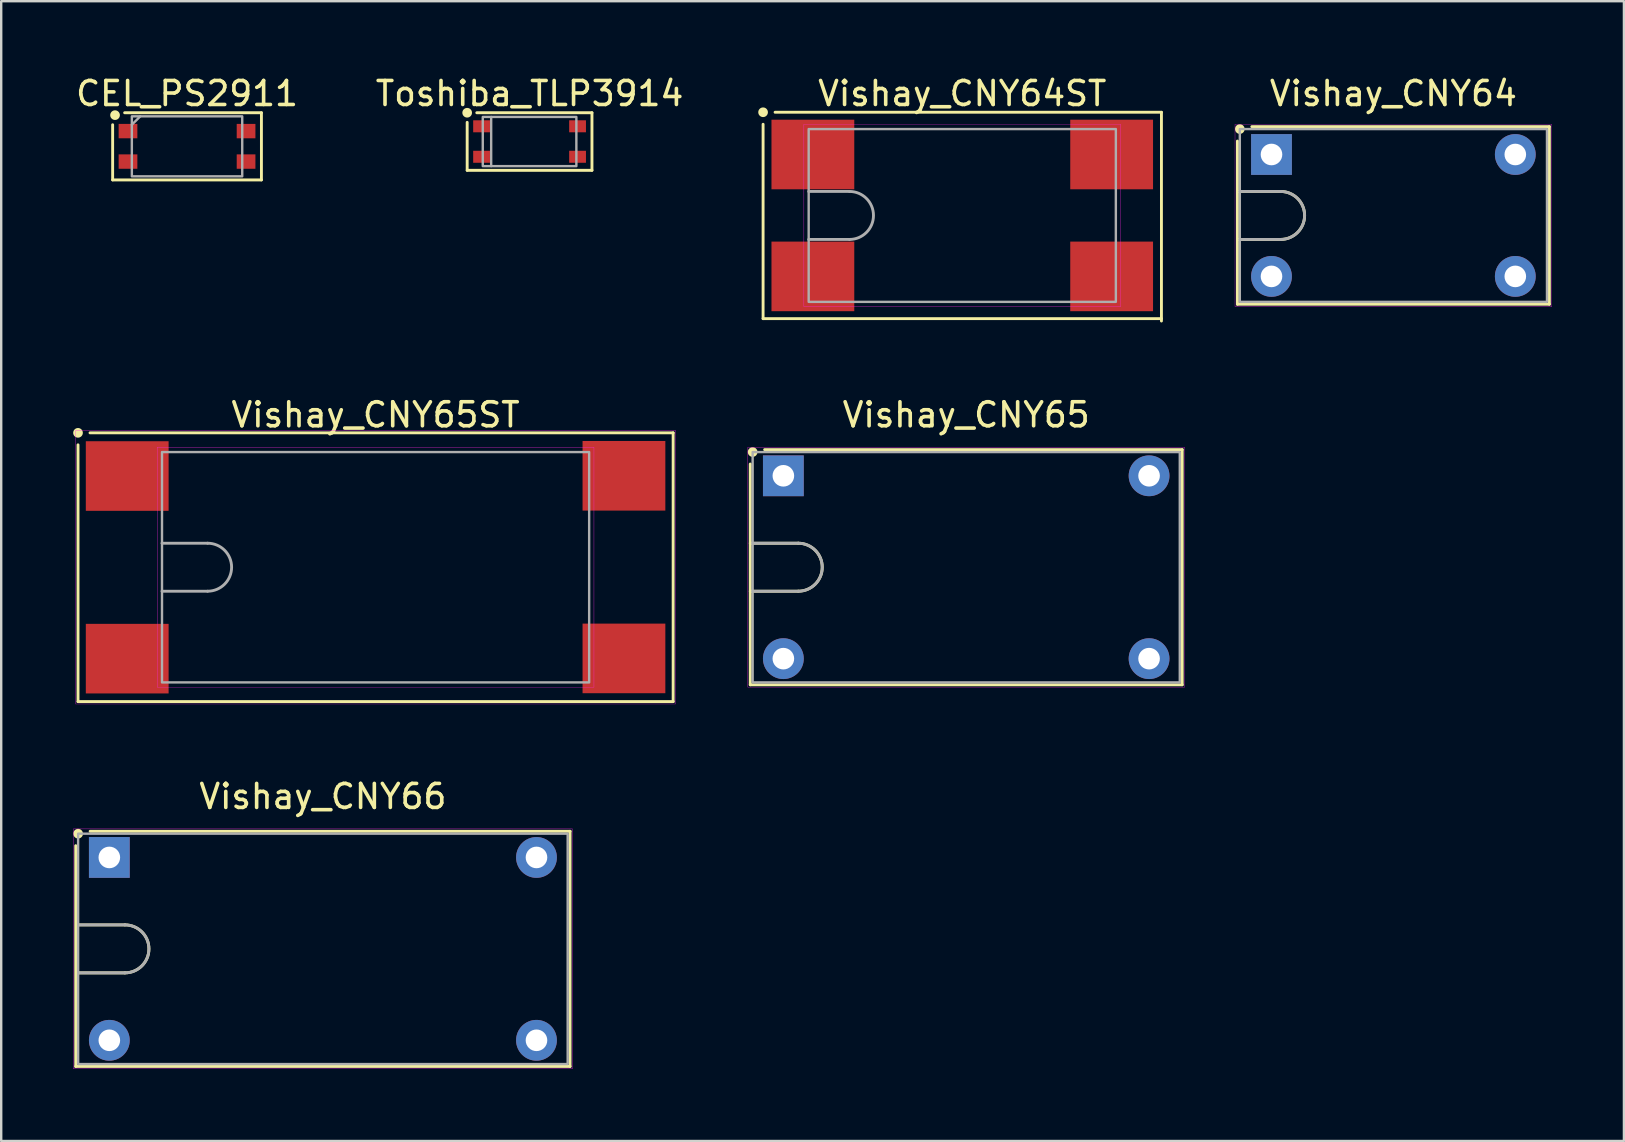
<source format=kicad_pcb>
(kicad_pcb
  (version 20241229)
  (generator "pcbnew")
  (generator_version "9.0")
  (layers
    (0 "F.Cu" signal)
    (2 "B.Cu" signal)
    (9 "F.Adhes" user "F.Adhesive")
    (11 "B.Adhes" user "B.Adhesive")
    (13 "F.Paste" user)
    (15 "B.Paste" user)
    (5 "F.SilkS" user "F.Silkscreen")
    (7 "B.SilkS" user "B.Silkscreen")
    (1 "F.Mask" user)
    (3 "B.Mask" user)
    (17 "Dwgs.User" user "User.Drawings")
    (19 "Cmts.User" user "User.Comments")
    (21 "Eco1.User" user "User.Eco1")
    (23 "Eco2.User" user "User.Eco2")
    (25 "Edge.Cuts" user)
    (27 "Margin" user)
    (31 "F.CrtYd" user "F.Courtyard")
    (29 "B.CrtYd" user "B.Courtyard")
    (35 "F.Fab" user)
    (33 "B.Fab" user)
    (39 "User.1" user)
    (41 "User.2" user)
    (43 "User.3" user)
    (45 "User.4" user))
  (footprint "CEL_PS2911"
    (layer "F.Cu")
    (at 4.744 3.048)
    (property "Reference" "CEL_PS2911" (at 0 -2.2 0) (unlocked yes) (layer "F.SilkS") (effects (font (size 1 1) (thickness 0.15))))
    (fp_line (start -3.1 1.4) (end -3.1 -0.9) (stroke (width 0.12) (type solid)) (layer "F.SilkS"))
    (fp_line (start -2.6 -1.4) (end 3.1 -1.4) (stroke (width 0.12) (type solid)) (layer "F.SilkS"))
    (fp_line (start 3.1 -1.4) (end 3.1 1.4) (stroke (width 0.12) (type solid)) (layer "F.SilkS"))
    (fp_line (start 3.1 1.4) (end -3.1 1.4) (stroke (width 0.12) (type solid)) (layer "F.SilkS"))
    (fp_circle (center -3 -1.3) (end -2.859 -1.3) (stroke (width 0.12) (type solid)) (fill yes) (layer "F.SilkS"))
    (fp_line (start -2.3 -0.9) (end -1.95 -1.25) (stroke (width 0.1) (type solid)) (layer "F.Fab"))
    (fp_rect (start -2.3 -1.25) (end 2.3 1.25) (stroke (width 0.1) (type solid)) (fill no) (layer "F.Fab"))
    (pad "1" smd rect (at -2.46 -0.635) (size 0.78 0.6) (layers "F.Cu" "F.Mask" "F.Paste"))
    (pad "2" smd rect (at -2.46 0.635) (size 0.78 0.6) (layers "F.Cu" "F.Mask" "F.Paste"))
    (pad "3" smd rect (at 2.46 0.635) (size 0.78 0.6) (layers "F.Cu" "F.Mask" "F.Paste"))
    (pad "4" smd rect (at 2.46 -0.635) (size 0.78 0.6) (layers "F.Cu" "F.Mask" "F.Paste")))
  (footprint "Vishay_CNY66"
    (layer "F.Cu")
    (at 10.406 36.491)
    (property "Reference" "Vishay_CNY66" (at 0 -6.35 0) (unlocked yes) (layer "F.SilkS") (effects (font (size 1 1) (thickness 0.15))))
    (fp_line (start -10.3 -4.3) (end -10.3 4.9) (stroke (width 0.12) (type solid)) (layer "F.SilkS"))
    (fp_line (start -10.3 4.9) (end 10.3 4.9) (stroke (width 0.12) (type solid)) (layer "F.SilkS"))
    (fp_line (start -10.25 -1) (end -8.25 -1) (stroke (width 0.12) (type solid)) (layer "F.SilkS"))
    (fp_line (start -8.25 1) (end -10.25 1) (stroke (width 0.12) (type solid)) (layer "F.SilkS"))
    (fp_line (start 10.3 -4.9) (end -9.7 -4.9) (stroke (width 0.12) (type solid)) (layer "F.SilkS"))
    (fp_line (start 10.3 4.9) (end 10.3 -4.9) (stroke (width 0.12) (type solid)) (layer "F.SilkS"))
    (fp_arc (start -8.25 -1) (mid -7.25 0) (end -8.25 1) (stroke (width 0.12) (type solid)) (layer "F.SilkS"))
    (fp_circle (center -10.2 -4.8) (end -10.059 -4.8) (stroke (width 0.12) (type solid)) (fill yes) (layer "F.SilkS"))
    (fp_rect (start -10.4 -5) (end 10.4 5) (stroke (width 0.013) (type solid)) (fill no) (layer "F.CrtYd"))
    (fp_line (start -10.15 -1) (end -8.25 -1) (stroke (width 0.12) (type solid)) (layer "F.Fab"))
    (fp_line (start -8.25 1) (end -10.15 1) (stroke (width 0.12) (type solid)) (layer "F.Fab"))
    (fp_rect (start -10.2 -4.8) (end 10.2 4.8) (stroke (width 0.1) (type solid)) (fill no) (layer "F.Fab"))
    (fp_arc (start -8.25 -1) (mid -7.25 0) (end -8.25 1) (stroke (width 0.12) (type solid)) (layer "F.Fab"))
    (pad "1" thru_hole rect (at -8.9 -3.81) (size 1.7 1.7) (drill 0.9) (layers "*.Cu" "*.Mask"))
    (pad "2" thru_hole circle (at -8.9 3.81) (size 1.7 1.7) (drill 0.9) (layers "*.Cu" "*.Mask"))
    (pad "3" thru_hole circle (at 8.9 3.81) (size 1.7 1.7) (drill 0.9) (layers "*.Cu" "*.Mask"))
    (pad "4" thru_hole circle (at 8.9 -3.81) (size 1.7 1.7) (drill 0.9) (layers "*.Cu" "*.Mask")))
  (footprint "Toshiba_TLP3914"
    (layer "F.Cu")
    (at 19.018 2.848)
    (property "Reference" "Toshiba_TLP3914" (at 0 -2 0) (unlocked yes) (layer "F.SilkS") (effects (font (size 1 1) (thickness 0.15))))
    (fp_line (start -2.6 1.2) (end -2.6 -0.8) (stroke (width 0.12) (type solid)) (layer "F.SilkS"))
    (fp_line (start -2.2 -1.2) (end 2.6 -1.2) (stroke (width 0.12) (type solid)) (layer "F.SilkS"))
    (fp_line (start 2.6 -1.2) (end 2.6 1.2) (stroke (width 0.12) (type solid)) (layer "F.SilkS"))
    (fp_line (start 2.6 1.2) (end -2.6 1.2) (stroke (width 0.12) (type solid)) (layer "F.SilkS"))
    (fp_circle (center -2.6 -1.2) (end -2.459 -1.2) (stroke (width 0.12) (type solid)) (fill yes) (layer "F.SilkS"))
    (fp_line (start -1.6 -1.025) (end -1.6 1.025) (stroke (width 0.1) (type solid)) (layer "F.Fab"))
    (fp_rect (start -1.95 -1.025) (end 1.95 1.025) (stroke (width 0.1) (type solid)) (fill no) (layer "F.Fab"))
    (pad "1" smd rect (at -2 -0.635) (size 0.7 0.5) (layers "F.Cu" "F.Mask" "F.Paste"))
    (pad "2" smd rect (at -2 0.635) (size 0.7 0.5) (layers "F.Cu" "F.Mask" "F.Paste"))
    (pad "3" smd rect (at 2 0.635) (size 0.7 0.5) (layers "F.Cu" "F.Mask" "F.Paste"))
    (pad "4" smd rect (at 2 -0.635) (size 0.7 0.5) (layers "F.Cu" "F.Mask" "F.Paste")))
  (footprint "Vishay_CNY64ST"
    (layer "F.Cu")
    (at 37.049 5.928)
    (property "Reference" "Vishay_CNY64ST" (at 0 -5.08 0) (unlocked yes) (layer "F.SilkS") (effects (font (size 1 1) (thickness 0.15))))
    (fp_line (start -8.3 -3.8) (end -8.3 4.3) (stroke (width 0.12) (type solid)) (layer "F.SilkS"))
    (fp_line (start -8.3 4.3) (end 8.3 4.3) (stroke (width 0.12) (type solid)) (layer "F.SilkS"))
    (fp_line (start 8.3 -4.3) (end -7.8 -4.3) (stroke (width 0.12) (type solid)) (layer "F.SilkS"))
    (fp_line (start 8.3 4.4) (end 8.3 -4.3) (stroke (width 0.12) (type solid)) (layer "F.SilkS"))
    (fp_circle (center -8.3 -4.3) (end -8.159 -4.3) (stroke (width 0.12) (type solid)) (fill yes) (layer "F.SilkS"))
    (fp_rect (start -6.6 -3.8) (end 6.6 3.8) (stroke (width 0.013) (type solid)) (fill no) (layer "F.CrtYd"))
    (fp_line (start -6.4 -1) (end -4.7 -1) (stroke (width 0.12) (type solid)) (layer "F.Fab"))
    (fp_line (start -4.7 1) (end -6.4 1) (stroke (width 0.12) (type solid)) (layer "F.Fab"))
    (fp_rect (start -6.4 -3.6) (end 6.4 3.6) (stroke (width 0.1) (type solid)) (fill no) (layer "F.Fab"))
    (fp_arc (start -4.7 -1) (mid -3.7 0) (end -4.7 1) (stroke (width 0.12) (type solid)) (layer "F.Fab"))
    (pad "1" smd rect (at -6.225 -2.54) (size 3.45 2.9) (layers "F.Cu" "F.Mask" "F.Paste"))
    (pad "2" smd rect (at -6.225 2.54) (size 3.45 2.9) (layers "F.Cu" "F.Mask" "F.Paste"))
    (pad "3" smd rect (at 6.225 2.54) (size 3.45 2.9) (layers "F.Cu" "F.Mask" "F.Paste"))
    (pad "4" smd rect (at 6.225 -2.54) (size 3.45 2.9) (layers "F.Cu" "F.Mask" "F.Paste")))
  (footprint "Vishay_CNY65"
    (layer "F.Cu")
    (at 37.214 20.587)
    (property "Reference" "Vishay_CNY65" (at 0 -6.35 0) (unlocked yes) (layer "F.SilkS") (effects (font (size 1 1) (thickness 0.15))))
    (fp_line (start -9 -4.3) (end -9 4.9) (stroke (width 0.12) (type solid)) (layer "F.SilkS"))
    (fp_line (start -9 -1) (end -7 -1) (stroke (width 0.12) (type solid)) (layer "F.SilkS"))
    (fp_line (start -9 4.9) (end 9 4.9) (stroke (width 0.12) (type solid)) (layer "F.SilkS"))
    (fp_line (start -7 1) (end -9 1) (stroke (width 0.12) (type solid)) (layer "F.SilkS"))
    (fp_line (start 9 -4.9) (end -8.4 -4.9) (stroke (width 0.12) (type solid)) (layer "F.SilkS"))
    (fp_line (start 9 4.9) (end 9 -4.9) (stroke (width 0.12) (type solid)) (layer "F.SilkS"))
    (fp_arc (start -7 -1) (mid -6 0) (end -7 1) (stroke (width 0.12) (type solid)) (layer "F.SilkS"))
    (fp_circle (center -8.9 -4.8) (end -8.759 -4.8) (stroke (width 0.12) (type solid)) (fill yes) (layer "F.SilkS"))
    (fp_rect (start -9.1 -5) (end 9.1 5) (stroke (width 0.013) (type solid)) (fill no) (layer "F.CrtYd"))
    (fp_line (start -8.9 -1) (end -7 -1) (stroke (width 0.12) (type solid)) (layer "F.Fab"))
    (fp_line (start -7 1) (end -8.9 1) (stroke (width 0.12) (type solid)) (layer "F.Fab"))
    (fp_rect (start -8.9 -4.8) (end 8.9 4.8) (stroke (width 0.1) (type solid)) (fill no) (layer "F.Fab"))
    (fp_arc (start -7 -1) (mid -6 0) (end -7 1) (stroke (width 0.12) (type solid)) (layer "F.Fab"))
    (pad "1" thru_hole rect (at -7.62 -3.81) (size 1.7 1.7) (drill 0.9) (layers "*.Cu" "*.Mask"))
    (pad "2" thru_hole circle (at -7.62 3.81) (size 1.7 1.7) (drill 0.9) (layers "*.Cu" "*.Mask"))
    (pad "3" thru_hole circle (at 7.62 3.81) (size 1.7 1.7) (drill 0.9) (layers "*.Cu" "*.Mask"))
    (pad "4" thru_hole circle (at 7.62 -3.81) (size 1.7 1.7) (drill 0.9) (layers "*.Cu" "*.Mask")))
  (footprint "Vishay_CNY64"
    (layer "F.Cu")
    (at 55.015 5.928)
    (property "Reference" "Vishay_CNY64" (at 0 -5.08 0) (unlocked yes) (layer "F.SilkS") (effects (font (size 1 1) (thickness 0.15))))
    (fp_line (start -6.5 -3.1) (end -6.5 3.7) (stroke (width 0.12) (type solid)) (layer "F.SilkS"))
    (fp_line (start -6.5 -1) (end -4.7 -1) (stroke (width 0.12) (type solid)) (layer "F.SilkS"))
    (fp_line (start -6.5 3.7) (end 6.5 3.7) (stroke (width 0.12) (type solid)) (layer "F.SilkS"))
    (fp_line (start -4.7 1) (end -6.5 1) (stroke (width 0.12) (type solid)) (layer "F.SilkS"))
    (fp_line (start 6.5 -3.7) (end -5.9 -3.7) (stroke (width 0.12) (type solid)) (layer "F.SilkS"))
    (fp_line (start 6.5 3.7) (end 6.5 -3.7) (stroke (width 0.12) (type solid)) (layer "F.SilkS"))
    (fp_arc (start -4.7 -1) (mid -3.7 0) (end -4.7 1) (stroke (width 0.12) (type solid)) (layer "F.SilkS"))
    (fp_circle (center -6.4 -3.6) (end -6.259 -3.6) (stroke (width 0.12) (type solid)) (fill yes) (layer "F.SilkS"))
    (fp_rect (start -6.6 -3.8) (end 6.6 3.8) (stroke (width 0.013) (type solid)) (fill no) (layer "F.CrtYd"))
    (fp_line (start -6.4 -1) (end -4.7 -1) (stroke (width 0.12) (type solid)) (layer "F.Fab"))
    (fp_line (start -4.7 1) (end -6.4 1) (stroke (width 0.12) (type solid)) (layer "F.Fab"))
    (fp_rect (start -6.4 -3.6) (end 6.4 3.6) (stroke (width 0.1) (type solid)) (fill no) (layer "F.Fab"))
    (fp_arc (start -4.7 -1) (mid -3.7 0) (end -4.7 1) (stroke (width 0.12) (type solid)) (layer "F.Fab"))
    (pad "1" thru_hole rect (at -5.08 -2.54) (size 1.7 1.7) (drill 0.9) (layers "*.Cu" "*.Mask"))
    (pad "2" thru_hole circle (at -5.08 2.54) (size 1.7 1.7) (drill 0.9) (layers "*.Cu" "*.Mask"))
    (pad "3" thru_hole circle (at 5.08 2.54) (size 1.7 1.7) (drill 0.9) (layers "*.Cu" "*.Mask"))
    (pad "4" thru_hole circle (at 5.08 -2.54) (size 1.7 1.7) (drill 0.9) (layers "*.Cu" "*.Mask")))
  (footprint "Vishay_CNY65ST"
    (layer "F.Cu")
    (at 12.601 20.587)
    (property "Reference" "Vishay_CNY65ST" (at 0 -6.35 0) (unlocked yes) (layer "F.SilkS") (effects (font (size 1 1) (thickness 0.15))))
    (fp_line (start -12.4 -5.1) (end -12.4 5.6) (stroke (width 0.12) (type solid)) (layer "F.SilkS"))
    (fp_line (start -12.4 5.6) (end 12.4 5.6) (stroke (width 0.12) (type solid)) (layer "F.SilkS"))
    (fp_line (start 12.4 -5.6) (end -11.9 -5.6) (stroke (width 0.12) (type solid)) (layer "F.SilkS"))
    (fp_line (start 12.4 5.6) (end 12.4 -5.6) (stroke (width 0.12) (type solid)) (layer "F.SilkS"))
    (fp_circle (center -12.4 -5.6) (end -12.259 -5.6) (stroke (width 0.12) (type solid)) (fill yes) (layer "F.SilkS"))
    (fp_rect (start -12.5 -5.7) (end 12.5 5.7) (stroke (width 0.013) (type solid)) (fill no) (layer "F.CrtYd"))
    (fp_rect (start -9.1 -5) (end 9.1 5) (stroke (width 0.013) (type solid)) (fill no) (layer "F.CrtYd"))
    (fp_line (start -8.9 -1) (end -7 -1) (stroke (width 0.12) (type solid)) (layer "F.Fab"))
    (fp_line (start -7 1) (end -8.9 1) (stroke (width 0.12) (type solid)) (layer "F.Fab"))
    (fp_rect (start -8.9 -4.8) (end 8.9 4.8) (stroke (width 0.1) (type solid)) (fill no) (layer "F.Fab"))
    (fp_arc (start -7 -1) (mid -6 0) (end -7 1) (stroke (width 0.12) (type solid)) (layer "F.Fab"))
    (pad "1" smd rect (at -10.35 -3.8) (size 3.45 2.9) (layers "F.Cu" "F.Mask" "F.Paste"))
    (pad "2" smd rect (at -10.35 3.81) (size 3.45 2.9) (layers "F.Cu" "F.Mask" "F.Paste"))
    (pad "3" smd rect (at 10.35 3.8) (size 3.45 2.9) (layers "F.Cu" "F.Mask" "F.Paste"))
    (pad "4" smd rect (at 10.35 -3.81) (size 3.45 2.9) (layers "F.Cu" "F.Mask" "F.Paste")))
  (gr_rect
    (start -3 -3)
    (end 64.622 44.497)
    (stroke (width 0.1) (type default))
    (fill no)
    (layer "Edge.Cuts")))
</source>
